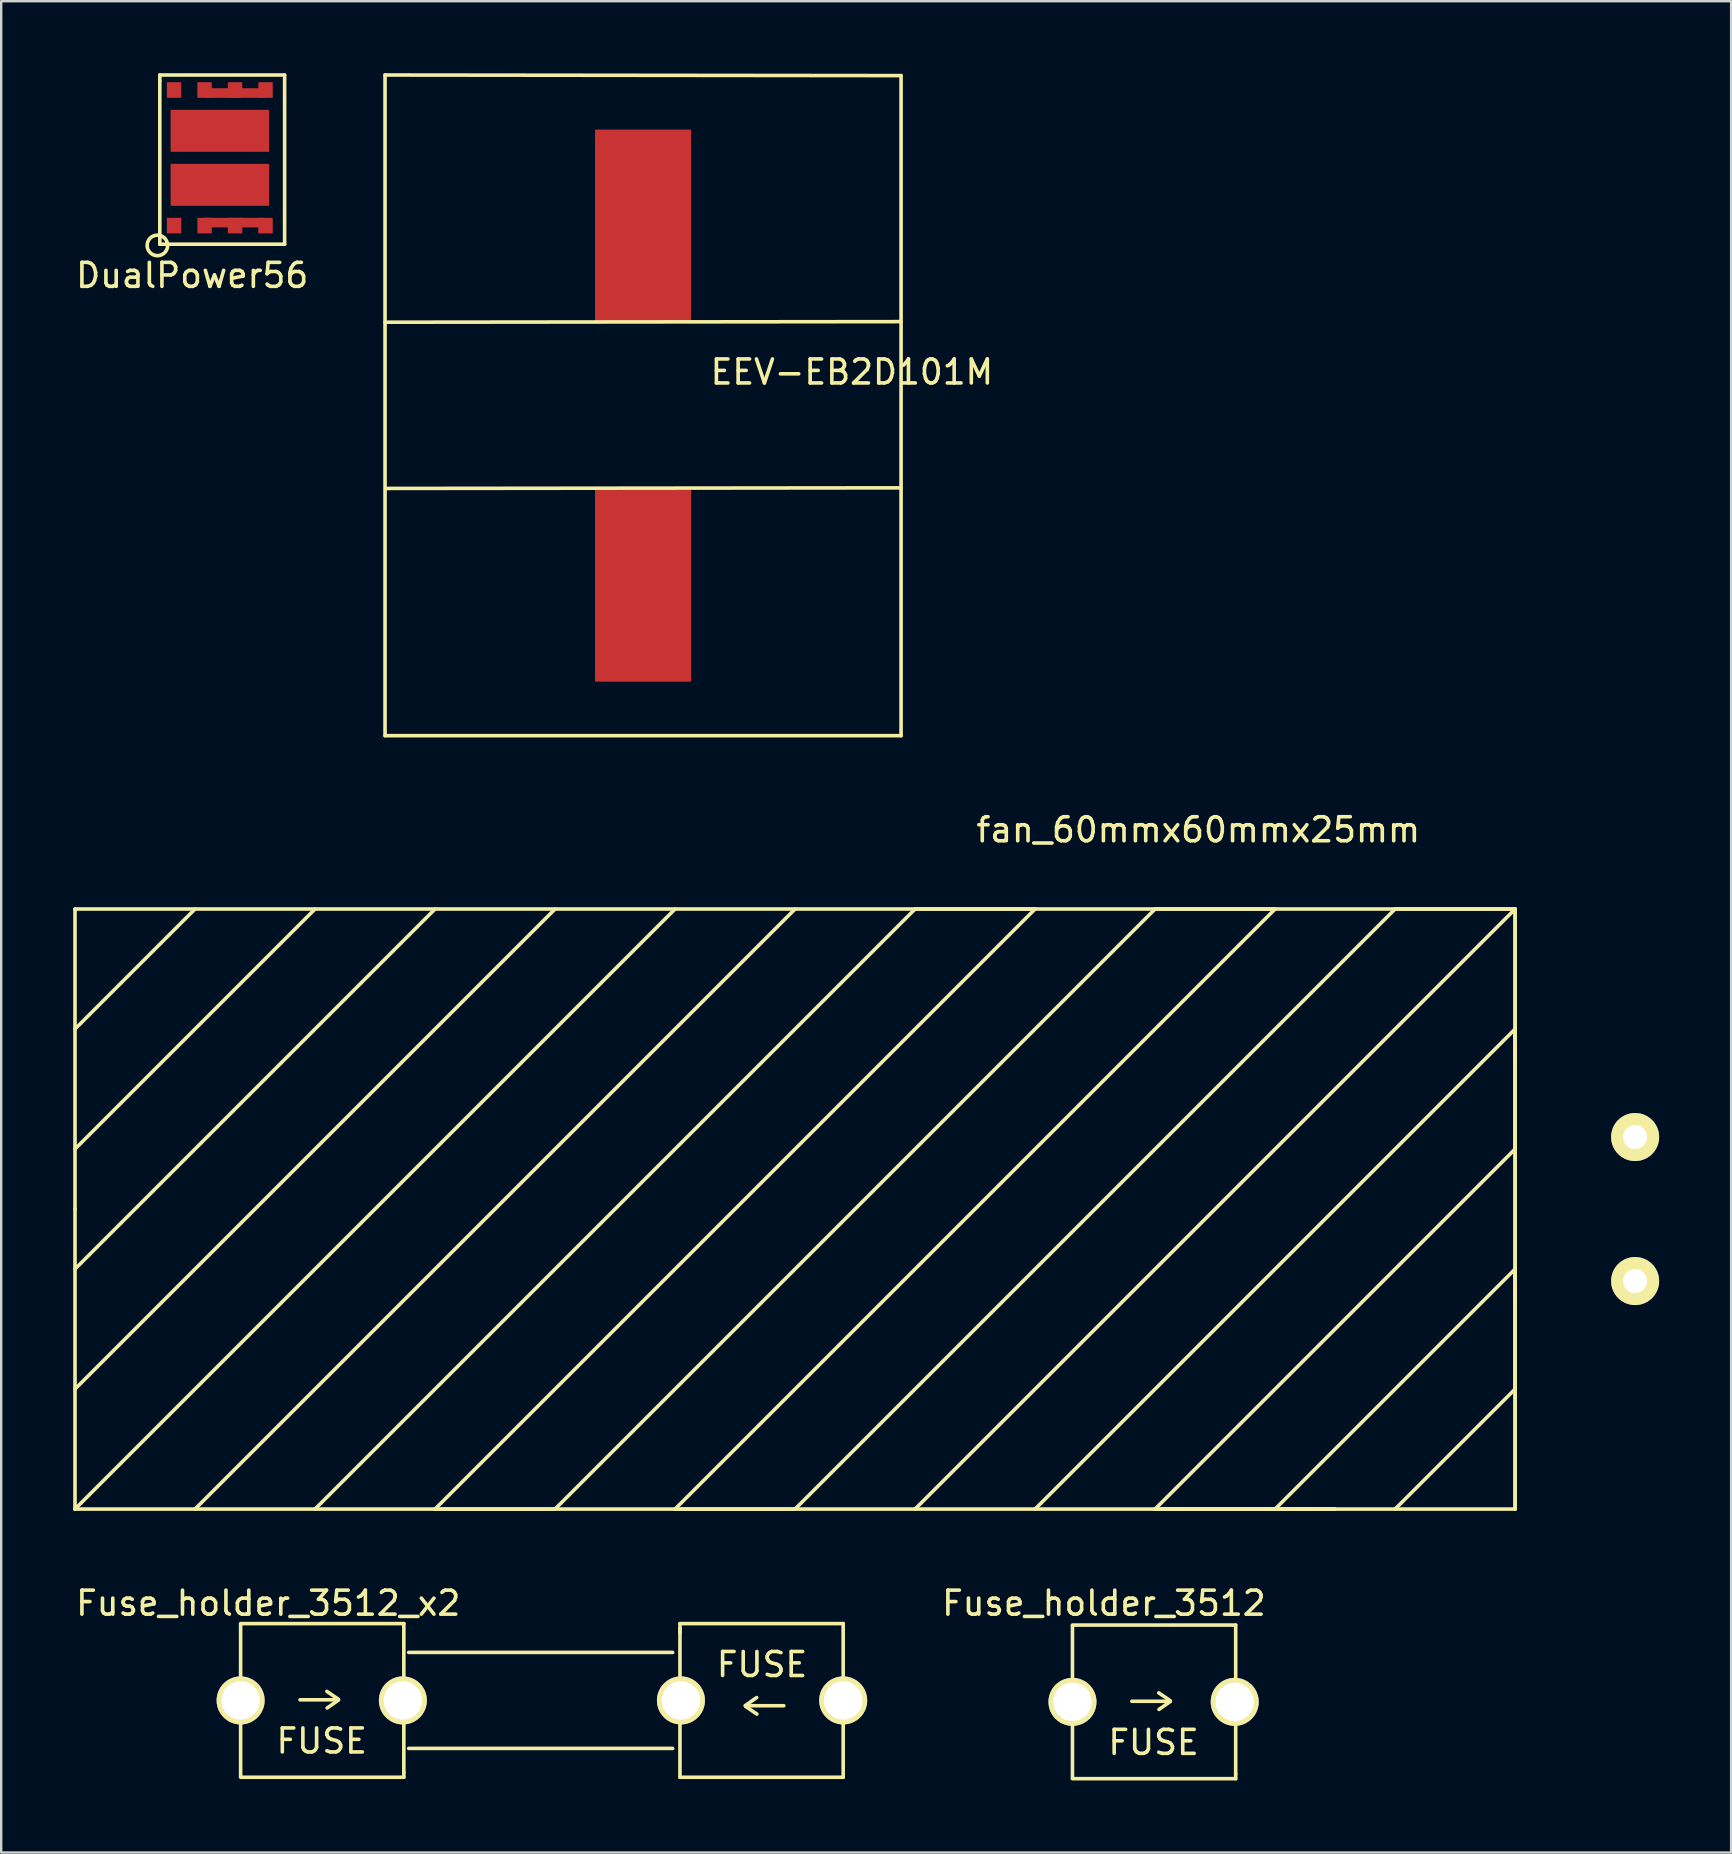
<source format=kicad_pcb>
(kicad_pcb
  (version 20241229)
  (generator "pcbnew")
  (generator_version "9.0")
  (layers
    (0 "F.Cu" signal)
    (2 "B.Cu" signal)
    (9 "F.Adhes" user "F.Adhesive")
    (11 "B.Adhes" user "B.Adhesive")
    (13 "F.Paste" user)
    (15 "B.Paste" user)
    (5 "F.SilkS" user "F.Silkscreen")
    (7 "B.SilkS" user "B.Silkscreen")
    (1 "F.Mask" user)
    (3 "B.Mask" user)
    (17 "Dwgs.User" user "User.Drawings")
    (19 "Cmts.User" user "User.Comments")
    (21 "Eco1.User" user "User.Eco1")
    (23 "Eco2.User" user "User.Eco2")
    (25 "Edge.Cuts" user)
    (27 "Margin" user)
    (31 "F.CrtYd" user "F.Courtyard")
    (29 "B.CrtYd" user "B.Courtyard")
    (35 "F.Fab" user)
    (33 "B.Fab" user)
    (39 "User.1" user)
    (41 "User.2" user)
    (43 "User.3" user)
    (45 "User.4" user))
  (footprint "fan_60mmx60mmx25mm"
    (layer "F.Cu")
    (at 30.075 47.323)
    (property "Reference" "fan_60mmx60mmx25mm" (at 16.8 -15.8 0) (layer "F.SilkS") (effects (font (size 1 1) (thickness 0.15))))
    (attr through_hole)
    (fp_line (start -30 -12.5) (end 30 -12.5) (stroke (width 0.15) (type solid)) (layer "F.SilkS"))
    (fp_line (start -30 -7.5) (end -25 -12.5) (stroke (width 0.15) (type solid)) (layer "F.SilkS"))
    (fp_line (start -30 -2.5) (end -20 -12.5) (stroke (width 0.15) (type solid)) (layer "F.SilkS"))
    (fp_line (start -30 0) (end -30 -12.5) (stroke (width 0.15) (type solid)) (layer "F.SilkS"))
    (fp_line (start -30 2.5) (end -15 -12.5) (stroke (width 0.15) (type solid)) (layer "F.SilkS"))
    (fp_line (start -30 7.5) (end -10 -12.5) (stroke (width 0.15) (type solid)) (layer "F.SilkS"))
    (fp_line (start -30 12.5) (end -30 0) (stroke (width 0.15) (type solid)) (layer "F.SilkS"))
    (fp_line (start -30 12.5) (end -5 -12.5) (stroke (width 0.15) (type solid)) (layer "F.SilkS"))
    (fp_line (start -25 12.5) (end 0 -12.5) (stroke (width 0.15) (type solid)) (layer "F.SilkS"))
    (fp_line (start -20 12.5) (end 5 -12.5) (stroke (width 0.15) (type solid)) (layer "F.SilkS"))
    (fp_line (start -15 12.5) (end -10 12.5) (stroke (width 0.15) (type solid)) (layer "F.SilkS"))
    (fp_line (start -10 12.5) (end 15 -12.5) (stroke (width 0.15) (type solid)) (layer "F.SilkS"))
    (fp_line (start -5 12.5) (end 0 12.5) (stroke (width 0.15) (type solid)) (layer "F.SilkS"))
    (fp_line (start 0 12.5) (end 25 -12.5) (stroke (width 0.15) (type solid)) (layer "F.SilkS"))
    (fp_line (start 5 -12.5) (end 10 -12.5) (stroke (width 0.15) (type solid)) (layer "F.SilkS"))
    (fp_line (start 10 -12.5) (end -15 12.5) (stroke (width 0.15) (type solid)) (layer "F.SilkS"))
    (fp_line (start 10 12.5) (end 30 -7.5) (stroke (width 0.15) (type solid)) (layer "F.SilkS"))
    (fp_line (start 15 -12.5) (end 20 -12.5) (stroke (width 0.15) (type solid)) (layer "F.SilkS"))
    (fp_line (start 15 12.5) (end 20 12.5) (stroke (width 0.15) (type solid)) (layer "F.SilkS"))
    (fp_line (start 15 12.5) (end 22.5 12.5) (stroke (width 0.15) (type solid)) (layer "F.SilkS"))
    (fp_line (start 20 -12.5) (end -5 12.5) (stroke (width 0.15) (type solid)) (layer "F.SilkS"))
    (fp_line (start 20 12.5) (end 30 2.5) (stroke (width 0.15) (type solid)) (layer "F.SilkS"))
    (fp_line (start 22.5 12.5) (end 20 12.5) (stroke (width 0.15) (type solid)) (layer "F.SilkS"))
    (fp_line (start 25 -12.5) (end 30 -12.5) (stroke (width 0.15) (type solid)) (layer "F.SilkS"))
    (fp_line (start 30 -12.5) (end 5 12.5) (stroke (width 0.15) (type solid)) (layer "F.SilkS"))
    (fp_line (start 30 -12.5) (end 30 12.5) (stroke (width 0.15) (type solid)) (layer "F.SilkS"))
    (fp_line (start 30 -12.5) (end 30 12.5) (stroke (width 0.15) (type solid)) (layer "F.SilkS"))
    (fp_line (start 30 -7.5) (end 30 -2.5) (stroke (width 0.15) (type solid)) (layer "F.SilkS"))
    (fp_line (start 30 -2.5) (end 15 12.5) (stroke (width 0.15) (type solid)) (layer "F.SilkS"))
    (fp_line (start 30 2.5) (end 30 7.5) (stroke (width 0.15) (type solid)) (layer "F.SilkS"))
    (fp_line (start 30 7.5) (end 25 12.5) (stroke (width 0.15) (type solid)) (layer "F.SilkS"))
    (fp_line (start 30 12.5) (end -30 12.5) (stroke (width 0.15) (type solid)) (layer "F.SilkS"))
    (pad "1" thru_hole circle (at 35 3) (size 2 2) (drill 1) (layers "*.Cu" "*.Mask" "F.SilkS"))
    (pad "2" thru_hole circle (at 35 -3) (size 2 2) (drill 1) (layers "*.Cu" "*.Mask" "F.SilkS")))
  (footprint "EEV-EB2D101M"
    (layer "F.Cu")
    (at 23.742 22.35)
    (property "Reference" "EEV-EB2D101M" (at 8.7 -9.9 0) (layer "F.SilkS") (effects (font (size 1 1) (thickness 0.15))))
    (attr through_hole)
    (fp_line (start -10.75 -22.275) (end -10.75 5.25) (stroke (width 0.15) (type solid)) (layer "F.SilkS"))
    (fp_line (start -10.75 -11.975) (end 10.75 -12) (stroke (width 0.15) (type solid)) (layer "F.SilkS"))
    (fp_line (start -10.75 5.25) (end 10.75 5.25) (stroke (width 0.15) (type solid)) (layer "F.SilkS"))
    (fp_line (start -10.725 -5.05) (end 10.75 -5.075) (stroke (width 0.15) (type solid)) (layer "F.SilkS"))
    (fp_line (start 10.75 -22.25) (end -10.75 -22.275) (stroke (width 0.15) (type solid)) (layer "F.SilkS"))
    (fp_line (start 10.75 5.25) (end 10.75 -22.25) (stroke (width 0.15) (type solid)) (layer "F.SilkS"))
    (pad "1" smd rect (at 0 -1) (size 4 8) (layers "F.Cu" "F.Mask" "F.Paste"))
    (pad "2" smd rect (at 0 -16) (size 4 8) (layers "F.Cu" "F.Mask" "F.Paste")))
  (footprint "Fuse_holder_3512_x2"
    (layer "F.Cu")
    (at 6.975 67.796)
    (property "Reference" "Fuse_holder_3512_x2" (at 1.15 -4.05 0) (layer "F.SilkS") (effects (font (size 1 1) (thickness 0.15))))
    (attr through_hole)
    (fp_line (start 0 -3.2) (end 6.8 -3.2) (stroke (width 0.15) (type solid)) (layer "F.SilkS"))
    (fp_line (start 0 -3.175) (end 0 3.175) (stroke (width 0.15) (type solid)) (layer "F.SilkS"))
    (fp_line (start 2.475 -0.025) (end 4.075 -0.025) (stroke (width 0.15) (type solid)) (layer "F.SilkS"))
    (fp_line (start 4.065 -0.055) (end 3.595 -0.375) (stroke (width 0.15) (type solid)) (layer "F.SilkS"))
    (fp_line (start 4.075 -0.015) (end 3.605 0.315) (stroke (width 0.15) (type solid)) (layer "F.SilkS"))
    (fp_line (start 6.8 0) (end 6.8 -3.2) (stroke (width 0.15) (type solid)) (layer "F.SilkS"))
    (fp_line (start 6.8 0) (end 6.8 3) (stroke (width 0.15) (type solid)) (layer "F.SilkS"))
    (fp_line (start 6.8 3) (end 6.8 3.2) (stroke (width 0.15) (type solid)) (layer "F.SilkS"))
    (fp_line (start 6.8 3.2) (end 0 3.2) (stroke (width 0.15) (type solid)) (layer "F.SilkS"))
    (fp_line (start 7 -2) (end 18 -2) (stroke (width 0.15) (type solid)) (layer "F.SilkS"))
    (fp_line (start 7 2) (end 18 2) (stroke (width 0.15) (type solid)) (layer "F.SilkS"))
    (fp_line (start 18.305 -3.2) (end 25.105 -3.2) (stroke (width 0.15) (type solid)) (layer "F.SilkS"))
    (fp_line (start 18.305 -2.805) (end 18.305 -3.005) (stroke (width 0.15) (type solid)) (layer "F.SilkS"))
    (fp_line (start 18.305 0.195) (end 18.305 -3.2) (stroke (width 0.15) (type solid)) (layer "F.SilkS"))
    (fp_line (start 18.305 0.195) (end 18.305 3.2) (stroke (width 0.15) (type solid)) (layer "F.SilkS"))
    (fp_line (start 21.03 0.21) (end 21.5 -0.12) (stroke (width 0.15) (type solid)) (layer "F.SilkS"))
    (fp_line (start 21.04 0.25) (end 21.51 0.57) (stroke (width 0.15) (type solid)) (layer "F.SilkS"))
    (fp_line (start 22.63 0.22) (end 21.03 0.22) (stroke (width 0.15) (type solid)) (layer "F.SilkS"))
    (fp_line (start 25.105 3.2) (end 18.305 3.2) (stroke (width 0.15) (type solid)) (layer "F.SilkS"))
    (fp_line (start 25.105 3.2) (end 25.105 -3.2) (stroke (width 0.15) (type solid)) (layer "F.SilkS"))
    (fp_text user "FUSE" (at 3.38 1.69 0) (layer "F.SilkS") (effects (font (size 1 1) (thickness 0.15))))
    (fp_text user "FUSE" (at 21.725 -1.495 180) (layer "F.SilkS") (effects (font (size 1 1) (thickness 0.15))))
    (pad "1" thru_hole circle (at 0 0) (size 2 2) (drill 1.6) (layers "*.Cu" "*.Mask" "F.SilkS"))
    (pad "1" thru_hole circle (at 6.76 0) (size 2 2) (drill 1.6) (layers "*.Cu" "*.Mask" "F.SilkS"))
    (pad "2" thru_hole circle (at 18.345 0 180) (size 2 2) (drill 1.6) (layers "*.Cu" "*.Mask" "F.SilkS"))
    (pad "2" thru_hole circle (at 25.105 0 180) (size 2 2) (drill 1.6) (layers "*.Cu" "*.Mask" "F.SilkS")))
  (footprint "DualPower56"
    (layer "F.Cu")
    (at 6.108 3.525)
    (property "Reference" "DualPower56" (at -1.15 4.9 0) (layer "F.SilkS") (effects (font (size 1 1) (thickness 0.15))))
    (attr through_hole)
    (fp_line (start -2.5 -3.45) (end -2.5 -3.2) (stroke (width 0.15) (type solid)) (layer "F.SilkS"))
    (fp_line (start -2.5 -3.2) (end -2.5 3.6) (stroke (width 0.15) (type solid)) (layer "F.SilkS"))
    (fp_line (start -2.5 3.6) (end 2.7 3.6) (stroke (width 0.15) (type solid)) (layer "F.SilkS"))
    (fp_line (start 2.7 -3.45) (end -2.5 -3.45) (stroke (width 0.15) (type solid)) (layer "F.SilkS"))
    (fp_line (start 2.7 3.6) (end 2.7 -3.45) (stroke (width 0.15) (type solid)) (layer "F.SilkS"))
    (fp_circle (center -2.6 3.65) (end -2.45 4.05) (stroke (width 0.15) (type solid)) (fill no) (layer "F.SilkS"))
    (pad "1" smd rect (at -1.905 2.825) (size 0.6 0.65) (layers "F.Cu" "F.Mask" "F.Paste"))
    (pad "2" smd rect (at -0.635 2.825) (size 0.6 0.65) (layers "F.Cu" "F.Mask" "F.Paste"))
    (pad "2" smd rect (at 0.6 2.7) (size 2.54 0.4) (layers "F.Cu" "F.Mask" "F.Paste"))
    (pad "2" smd rect (at 0.635 2.825) (size 0.6 0.65) (layers "F.Cu" "F.Mask" "F.Paste"))
    (pad "2" smd rect (at 1.905 2.825) (size 0.6 0.65) (layers "F.Cu" "F.Mask" "F.Paste"))
    (pad "3" smd rect (at 0 1.125) (size 4.1 1.75) (layers "F.Cu" "F.Mask" "F.Paste"))
    (pad "4" smd rect (at -1.905 -2.825) (size 0.6 0.65) (layers "F.Cu" "F.Mask" "F.Paste"))
    (pad "5" smd rect (at -0.635 -2.825) (size 0.6 0.65) (layers "F.Cu" "F.Mask" "F.Paste"))
    (pad "5" smd rect (at 0.635 -2.825) (size 0.6 0.65) (layers "F.Cu" "F.Mask" "F.Paste"))
    (pad "5" smd rect (at 0.65 -2.7) (size 2.54 0.4) (layers "F.Cu" "F.Mask" "F.Paste"))
    (pad "5" smd rect (at 1.905 -2.825) (size 0.6 0.65) (layers "F.Cu" "F.Mask" "F.Paste"))
    (pad "6" smd rect (at 0 -1.125) (size 4.1 1.75) (layers "F.Cu" "F.Mask" "F.Paste")))
  (footprint "Fuse_holder_3512"
    (layer "F.Cu")
    (at 41.633 67.856)
    (property "Reference" "Fuse_holder_3512" (at 1.31 -4.11 0) (layer "F.SilkS") (effects (font (size 1 1) (thickness 0.15))))
    (attr through_hole)
    (fp_line (start 0 -3.2) (end 6.8 -3.2) (stroke (width 0.15) (type solid)) (layer "F.SilkS"))
    (fp_line (start 0 -3.175) (end 0 3.175) (stroke (width 0.15) (type solid)) (layer "F.SilkS"))
    (fp_line (start 2.475 -0.025) (end 4.075 -0.025) (stroke (width 0.15) (type solid)) (layer "F.SilkS"))
    (fp_line (start 4.065 -0.055) (end 3.595 -0.375) (stroke (width 0.15) (type solid)) (layer "F.SilkS"))
    (fp_line (start 4.075 -0.015) (end 3.605 0.315) (stroke (width 0.15) (type solid)) (layer "F.SilkS"))
    (fp_line (start 6.8 0) (end 6.8 -3.2) (stroke (width 0.15) (type solid)) (layer "F.SilkS"))
    (fp_line (start 6.8 0) (end 6.8 3) (stroke (width 0.15) (type solid)) (layer "F.SilkS"))
    (fp_line (start 6.8 3) (end 6.8 3.2) (stroke (width 0.15) (type solid)) (layer "F.SilkS"))
    (fp_line (start 6.8 3.2) (end 0 3.2) (stroke (width 0.15) (type solid)) (layer "F.SilkS"))
    (fp_text user "FUSE" (at 3.38 1.69 0) (layer "F.SilkS") (effects (font (size 1 1) (thickness 0.15))))
    (pad "1" thru_hole circle (at 0 0) (size 2 2) (drill 1.6) (layers "*.Cu" "*.Mask" "F.SilkS"))
    (pad "1" thru_hole circle (at 6.76 0) (size 2 2) (drill 1.6) (layers "*.Cu" "*.Mask" "F.SilkS")))
  (gr_rect
    (start -3 -3)
    (end 69.075 74.132)
    (stroke (width 0.1) (type default))
    (fill no)
    (layer "Edge.Cuts")))
</source>
